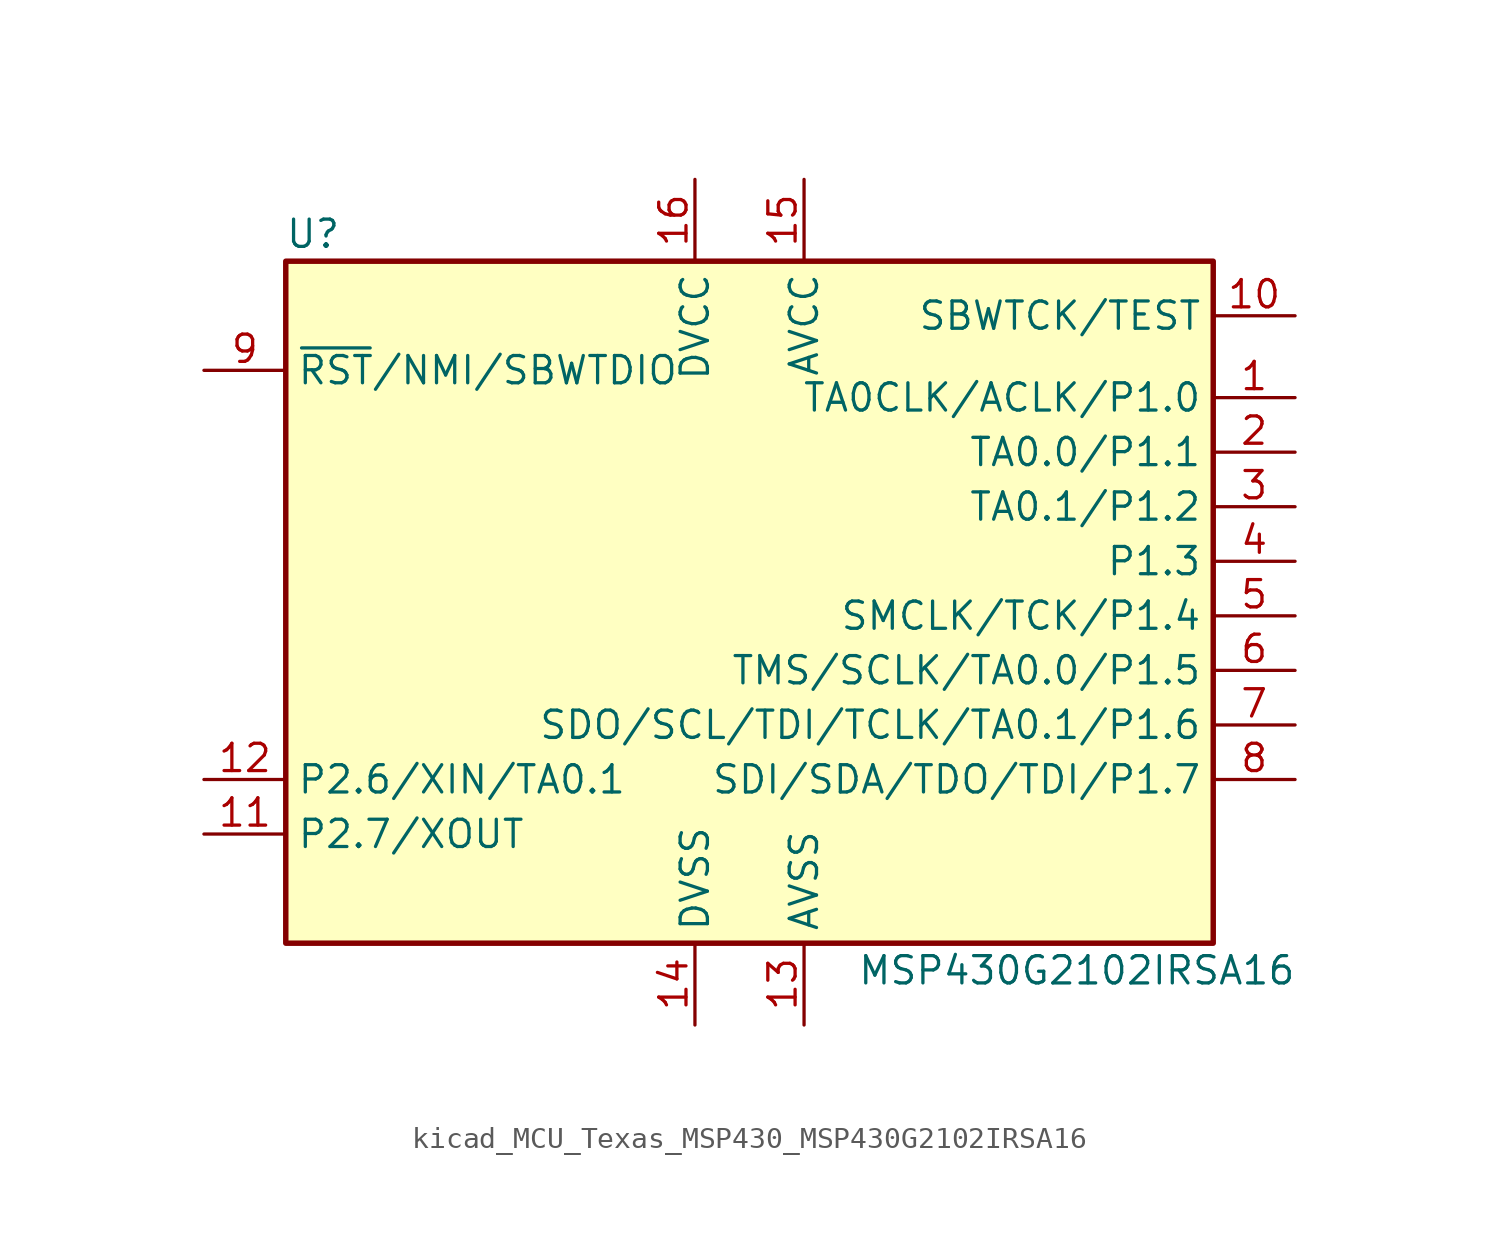
<source format=kicad_sym>
(kicad_symbol_lib
  (version 20220914)
  (generator kicad_symbol_editor)
  (symbol "kicad_MCU_Texas_MSP430_MSP430G2102IRSA16"
    (property "Reference" "U"
      (at -20.32 17.78 0)
      (effects (font (size 1.27 1.27))))
    (property "Value" "MSP430G2102IRSA16"
      (at 15.24 -16.51 0)
      (effects (font (size 1.27 1.27))))
    (symbol "kicad_MCU_Texas_MSP430_MSP430G2102IRSA16_0_1"
      (rectangle (start -21.59 16.51) (end 21.59 -15.24) (stroke (width 0.254) (type default)) (fill (type background))))
    (symbol "kicad_MCU_Texas_MSP430_MSP430G2102IRSA16_1_1"
      (pin bidirectional line (at 25.4 10.16 180) (length 3.81) (name "TA0CLK/ACLK/P1.0" (effects (font (size 1.27 1.27)))) (number "1" (effects (font (size 1.27 1.27)))))
      (pin input line (at 25.4 13.97 180) (length 3.81) (name "SBWTCK/TEST" (effects (font (size 1.27 1.27)))) (number "10" (effects (font (size 1.27 1.27)))))
      (pin bidirectional line (at -25.4 -10.16 0) (length 3.81) (name "P2.7/XOUT" (effects (font (size 1.27 1.27)))) (number "11" (effects (font (size 1.27 1.27)))))
      (pin bidirectional line (at -25.4 -7.62 0) (length 3.81) (name "P2.6/XIN/TA0.1" (effects (font (size 1.27 1.27)))) (number "12" (effects (font (size 1.27 1.27)))))
      (pin power_in line (at 2.54 -19.05 90) (length 3.81) (name "AVSS" (effects (font (size 1.27 1.27)))) (number "13" (effects (font (size 1.27 1.27)))))
      (pin power_in line (at -2.54 -19.05 90) (length 3.81) (name "DVSS" (effects (font (size 1.27 1.27)))) (number "14" (effects (font (size 1.27 1.27)))))
      (pin power_in line (at 2.54 20.32 270) (length 3.81) (name "AVCC" (effects (font (size 1.27 1.27)))) (number "15" (effects (font (size 1.27 1.27)))))
      (pin power_in line (at -2.54 20.32 270) (length 3.81) (name "DVCC" (effects (font (size 1.27 1.27)))) (number "16" (effects (font (size 1.27 1.27)))))
      (pin bidirectional line (at 25.4 7.62 180) (length 3.81) (name "TA0.0/P1.1" (effects (font (size 1.27 1.27)))) (number "2" (effects (font (size 1.27 1.27)))))
      (pin bidirectional line (at 25.4 5.08 180) (length 3.81) (name "TA0.1/P1.2" (effects (font (size 1.27 1.27)))) (number "3" (effects (font (size 1.27 1.27)))))
      (pin bidirectional line (at 25.4 2.54 180) (length 3.81) (name "P1.3" (effects (font (size 1.27 1.27)))) (number "4" (effects (font (size 1.27 1.27)))))
      (pin bidirectional line (at 25.4 0 180) (length 3.81) (name "SMCLK/TCK/P1.4" (effects (font (size 1.27 1.27)))) (number "5" (effects (font (size 1.27 1.27)))))
      (pin bidirectional line (at 25.4 -2.54 180) (length 3.81) (name "TMS/SCLK/TA0.0/P1.5" (effects (font (size 1.27 1.27)))) (number "6" (effects (font (size 1.27 1.27)))))
      (pin bidirectional line (at 25.4 -5.08 180) (length 3.81) (name "SDO/SCL/TDI/TCLK/TA0.1/P1.6" (effects (font (size 1.27 1.27)))) (number "7" (effects (font (size 1.27 1.27)))))
      (pin bidirectional line (at 25.4 -7.62 180) (length 3.81) (name "SDI/SDA/TDO/TDI/P1.7" (effects (font (size 1.27 1.27)))) (number "8" (effects (font (size 1.27 1.27)))))
      (pin input line (at -25.4 11.43 0) (length 3.81) (name "~{RST}/NMI/SBWTDIO" (effects (font (size 1.27 1.27)))) (number "9" (effects (font (size 1.27 1.27))))))))
</source>
